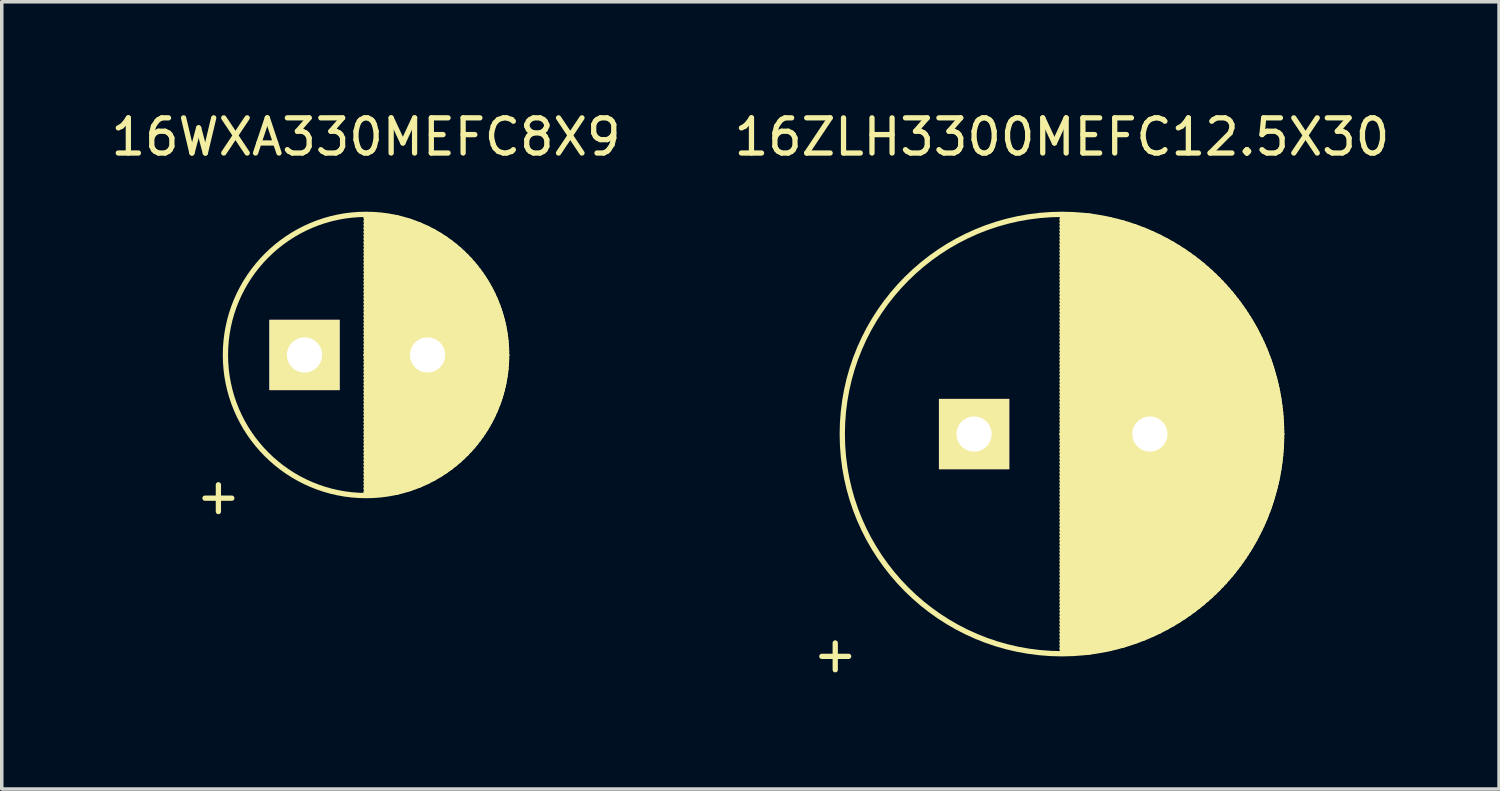
<source format=kicad_pcb>
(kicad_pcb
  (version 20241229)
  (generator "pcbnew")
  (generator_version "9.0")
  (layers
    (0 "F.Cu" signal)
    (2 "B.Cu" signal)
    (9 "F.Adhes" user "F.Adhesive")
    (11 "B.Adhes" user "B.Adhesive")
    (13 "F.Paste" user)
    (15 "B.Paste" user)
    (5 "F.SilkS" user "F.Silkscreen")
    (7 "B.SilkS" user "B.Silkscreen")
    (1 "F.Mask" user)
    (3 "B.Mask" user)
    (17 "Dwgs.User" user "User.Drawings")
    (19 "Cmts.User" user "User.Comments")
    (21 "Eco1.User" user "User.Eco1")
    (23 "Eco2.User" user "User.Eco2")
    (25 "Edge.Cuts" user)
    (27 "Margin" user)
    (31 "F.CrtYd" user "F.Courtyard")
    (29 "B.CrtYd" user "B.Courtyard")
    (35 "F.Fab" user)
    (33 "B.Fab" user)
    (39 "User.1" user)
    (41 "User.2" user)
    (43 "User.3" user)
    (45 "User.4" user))
  (footprint "16ZLH3300MEFC12.5X30"
    (layer "F.Cu")
    (at 24.661 9.298)
    (property "Reference" "16ZLH3300MEFC12.5X30" (at 2.5 -8.45 0) (layer "F.SilkS") (effects (font (size 1 1) (thickness 0.15))))
    (attr through_hole)
    (fp_line (start 2.5 -6.2) (end 3.289 -6.2) (stroke (width 0.15) (type solid)) (layer "F.SilkS"))
    (fp_line (start 2.5 -6.1) (end 3.861 -6.1) (stroke (width 0.15) (type solid)) (layer "F.SilkS"))
    (fp_line (start 2.5 -6) (end 4.25 -6) (stroke (width 0.15) (type solid)) (layer "F.SilkS"))
    (fp_line (start 2.5 -5.9) (end 4.562 -5.9) (stroke (width 0.15) (type solid)) (layer "F.SilkS"))
    (fp_line (start 2.5 -5.8) (end 4.829 -5.8) (stroke (width 0.15) (type solid)) (layer "F.SilkS"))
    (fp_line (start 2.5 -5.7) (end 5.064 -5.7) (stroke (width 0.15) (type solid)) (layer "F.SilkS"))
    (fp_line (start 2.5 -5.6) (end 5.275 -5.6) (stroke (width 0.15) (type solid)) (layer "F.SilkS"))
    (fp_line (start 2.5 -5.5) (end 5.469 -5.5) (stroke (width 0.15) (type solid)) (layer "F.SilkS"))
    (fp_line (start 2.5 -5.4) (end 5.647 -5.4) (stroke (width 0.15) (type solid)) (layer "F.SilkS"))
    (fp_line (start 2.5 -5.3) (end 5.812 -5.3) (stroke (width 0.15) (type solid)) (layer "F.SilkS"))
    (fp_line (start 2.5 -5.2) (end 5.967 -5.2) (stroke (width 0.15) (type solid)) (layer "F.SilkS"))
    (fp_line (start 2.5 -5.1) (end 6.113 -5.1) (stroke (width 0.15) (type solid)) (layer "F.SilkS"))
    (fp_line (start 2.5 -5) (end 6.25 -5) (stroke (width 0.15) (type solid)) (layer "F.SilkS"))
    (fp_line (start 2.5 -4.9) (end 6.38 -4.9) (stroke (width 0.15) (type solid)) (layer "F.SilkS"))
    (fp_line (start 2.5 -4.8) (end 6.503 -4.8) (stroke (width 0.15) (type solid)) (layer "F.SilkS"))
    (fp_line (start 2.5 -4.7) (end 6.62 -4.7) (stroke (width 0.15) (type solid)) (layer "F.SilkS"))
    (fp_line (start 2.5 -4.6) (end 6.731 -4.6) (stroke (width 0.15) (type solid)) (layer "F.SilkS"))
    (fp_line (start 2.5 -4.5) (end 6.837 -4.5) (stroke (width 0.15) (type solid)) (layer "F.SilkS"))
    (fp_line (start 2.5 -4.4) (end 6.939 -4.4) (stroke (width 0.15) (type solid)) (layer "F.SilkS"))
    (fp_line (start 2.5 -4.3) (end 7.036 -4.3) (stroke (width 0.15) (type solid)) (layer "F.SilkS"))
    (fp_line (start 2.5 -4.2) (end 7.128 -4.2) (stroke (width 0.15) (type solid)) (layer "F.SilkS"))
    (fp_line (start 2.5 -4.1) (end 7.217 -4.1) (stroke (width 0.15) (type solid)) (layer "F.SilkS"))
    (fp_line (start 2.5 -4) (end 7.302 -4) (stroke (width 0.15) (type solid)) (layer "F.SilkS"))
    (fp_line (start 2.5 -3.9) (end 7.384 -3.9) (stroke (width 0.15) (type solid)) (layer "F.SilkS"))
    (fp_line (start 2.5 -3.8) (end 7.462 -3.8) (stroke (width 0.15) (type solid)) (layer "F.SilkS"))
    (fp_line (start 2.5 -3.7) (end 7.537 -3.7) (stroke (width 0.15) (type solid)) (layer "F.SilkS"))
    (fp_line (start 2.5 -3.6) (end 7.609 -3.6) (stroke (width 0.15) (type solid)) (layer "F.SilkS"))
    (fp_line (start 2.5 -3.5) (end 7.678 -3.5) (stroke (width 0.15) (type solid)) (layer "F.SilkS"))
    (fp_line (start 2.5 -3.4) (end 7.744 -3.4) (stroke (width 0.15) (type solid)) (layer "F.SilkS"))
    (fp_line (start 2.5 -3.3) (end 7.808 -3.3) (stroke (width 0.15) (type solid)) (layer "F.SilkS"))
    (fp_line (start 2.5 -3.2) (end 7.869 -3.2) (stroke (width 0.15) (type solid)) (layer "F.SilkS"))
    (fp_line (start 2.5 -3.1) (end 7.927 -3.1) (stroke (width 0.15) (type solid)) (layer "F.SilkS"))
    (fp_line (start 2.5 -3) (end 7.983 -3) (stroke (width 0.15) (type solid)) (layer "F.SilkS"))
    (fp_line (start 2.5 -2.9) (end 8.036 -2.9) (stroke (width 0.15) (type solid)) (layer "F.SilkS"))
    (fp_line (start 2.5 -2.8) (end 8.088 -2.8) (stroke (width 0.15) (type solid)) (layer "F.SilkS"))
    (fp_line (start 2.5 -2.7) (end 8.137 -2.7) (stroke (width 0.15) (type solid)) (layer "F.SilkS"))
    (fp_line (start 2.5 -2.6) (end 8.184 -2.6) (stroke (width 0.15) (type solid)) (layer "F.SilkS"))
    (fp_line (start 2.5 -2.5) (end 8.228 -2.5) (stroke (width 0.15) (type solid)) (layer "F.SilkS"))
    (fp_line (start 2.5 -2.4) (end 8.271 -2.4) (stroke (width 0.15) (type solid)) (layer "F.SilkS"))
    (fp_line (start 2.5 -2.3) (end 8.311 -2.3) (stroke (width 0.15) (type solid)) (layer "F.SilkS"))
    (fp_line (start 2.5 -2.2) (end 8.35 -2.2) (stroke (width 0.15) (type solid)) (layer "F.SilkS"))
    (fp_line (start 2.5 -2.1) (end 8.387 -2.1) (stroke (width 0.15) (type solid)) (layer "F.SilkS"))
    (fp_line (start 2.5 -2) (end 8.421 -2) (stroke (width 0.15) (type solid)) (layer "F.SilkS"))
    (fp_line (start 2.5 -1.9) (end 8.454 -1.9) (stroke (width 0.15) (type solid)) (layer "F.SilkS"))
    (fp_line (start 2.5 -1.8) (end 8.485 -1.8) (stroke (width 0.15) (type solid)) (layer "F.SilkS"))
    (fp_line (start 2.5 -1.7) (end 8.514 -1.7) (stroke (width 0.15) (type solid)) (layer "F.SilkS"))
    (fp_line (start 2.5 -1.6) (end 8.542 -1.6) (stroke (width 0.15) (type solid)) (layer "F.SilkS"))
    (fp_line (start 2.5 -1.5) (end 8.567 -1.5) (stroke (width 0.15) (type solid)) (layer "F.SilkS"))
    (fp_line (start 2.5 -1.4) (end 8.591 -1.4) (stroke (width 0.15) (type solid)) (layer "F.SilkS"))
    (fp_line (start 2.5 -1.3) (end 8.613 -1.3) (stroke (width 0.15) (type solid)) (layer "F.SilkS"))
    (fp_line (start 2.5 -1.2) (end 8.634 -1.2) (stroke (width 0.15) (type solid)) (layer "F.SilkS"))
    (fp_line (start 2.5 -1.1) (end 8.652 -1.1) (stroke (width 0.15) (type solid)) (layer "F.SilkS"))
    (fp_line (start 2.5 -1) (end 8.669 -1) (stroke (width 0.15) (type solid)) (layer "F.SilkS"))
    (fp_line (start 2.5 -0.9) (end 8.685 -0.9) (stroke (width 0.15) (type solid)) (layer "F.SilkS"))
    (fp_line (start 2.5 -0.8) (end 8.699 -0.8) (stroke (width 0.15) (type solid)) (layer "F.SilkS"))
    (fp_line (start 2.5 -0.7) (end 8.711 -0.7) (stroke (width 0.15) (type solid)) (layer "F.SilkS"))
    (fp_line (start 2.5 -0.6) (end 8.721 -0.6) (stroke (width 0.15) (type solid)) (layer "F.SilkS"))
    (fp_line (start 2.5 -0.5) (end 8.73 -0.5) (stroke (width 0.15) (type solid)) (layer "F.SilkS"))
    (fp_line (start 2.5 -0.4) (end 8.737 -0.4) (stroke (width 0.15) (type solid)) (layer "F.SilkS"))
    (fp_line (start 2.5 -0.3) (end 8.743 -0.3) (stroke (width 0.15) (type solid)) (layer "F.SilkS"))
    (fp_line (start 2.5 -0.2) (end 8.747 -0.2) (stroke (width 0.15) (type solid)) (layer "F.SilkS"))
    (fp_line (start 2.5 -0.1) (end 8.749 -0.1) (stroke (width 0.15) (type solid)) (layer "F.SilkS"))
    (fp_line (start 2.5 0) (end 8.75 0) (stroke (width 0.15) (type solid)) (layer "F.SilkS"))
    (fp_line (start 2.5 0) (end 8.75 0) (stroke (width 0.15) (type solid)) (layer "F.SilkS"))
    (fp_line (start 2.5 0.1) (end 8.749 0.1) (stroke (width 0.15) (type solid)) (layer "F.SilkS"))
    (fp_line (start 2.5 0.2) (end 8.747 0.2) (stroke (width 0.15) (type solid)) (layer "F.SilkS"))
    (fp_line (start 2.5 0.3) (end 8.743 0.3) (stroke (width 0.15) (type solid)) (layer "F.SilkS"))
    (fp_line (start 2.5 0.4) (end 8.737 0.4) (stroke (width 0.15) (type solid)) (layer "F.SilkS"))
    (fp_line (start 2.5 0.5) (end 8.73 0.5) (stroke (width 0.15) (type solid)) (layer "F.SilkS"))
    (fp_line (start 2.5 0.6) (end 8.721 0.6) (stroke (width 0.15) (type solid)) (layer "F.SilkS"))
    (fp_line (start 2.5 0.7) (end 8.711 0.7) (stroke (width 0.15) (type solid)) (layer "F.SilkS"))
    (fp_line (start 2.5 0.8) (end 8.699 0.8) (stroke (width 0.15) (type solid)) (layer "F.SilkS"))
    (fp_line (start 2.5 0.9) (end 8.685 0.9) (stroke (width 0.15) (type solid)) (layer "F.SilkS"))
    (fp_line (start 2.5 1) (end 8.669 1) (stroke (width 0.15) (type solid)) (layer "F.SilkS"))
    (fp_line (start 2.5 1.1) (end 8.652 1.1) (stroke (width 0.15) (type solid)) (layer "F.SilkS"))
    (fp_line (start 2.5 1.2) (end 8.634 1.2) (stroke (width 0.15) (type solid)) (layer "F.SilkS"))
    (fp_line (start 2.5 1.3) (end 8.613 1.3) (stroke (width 0.15) (type solid)) (layer "F.SilkS"))
    (fp_line (start 2.5 1.4) (end 8.591 1.4) (stroke (width 0.15) (type solid)) (layer "F.SilkS"))
    (fp_line (start 2.5 1.5) (end 8.567 1.5) (stroke (width 0.15) (type solid)) (layer "F.SilkS"))
    (fp_line (start 2.5 1.6) (end 8.542 1.6) (stroke (width 0.15) (type solid)) (layer "F.SilkS"))
    (fp_line (start 2.5 1.7) (end 8.514 1.7) (stroke (width 0.15) (type solid)) (layer "F.SilkS"))
    (fp_line (start 2.5 1.8) (end 8.485 1.8) (stroke (width 0.15) (type solid)) (layer "F.SilkS"))
    (fp_line (start 2.5 1.9) (end 8.454 1.9) (stroke (width 0.15) (type solid)) (layer "F.SilkS"))
    (fp_line (start 2.5 2) (end 8.421 2) (stroke (width 0.15) (type solid)) (layer "F.SilkS"))
    (fp_line (start 2.5 2.1) (end 8.387 2.1) (stroke (width 0.15) (type solid)) (layer "F.SilkS"))
    (fp_line (start 2.5 2.2) (end 8.35 2.2) (stroke (width 0.15) (type solid)) (layer "F.SilkS"))
    (fp_line (start 2.5 2.3) (end 8.311 2.3) (stroke (width 0.15) (type solid)) (layer "F.SilkS"))
    (fp_line (start 2.5 2.4) (end 8.271 2.4) (stroke (width 0.15) (type solid)) (layer "F.SilkS"))
    (fp_line (start 2.5 2.5) (end 8.228 2.5) (stroke (width 0.15) (type solid)) (layer "F.SilkS"))
    (fp_line (start 2.5 2.6) (end 8.184 2.6) (stroke (width 0.15) (type solid)) (layer "F.SilkS"))
    (fp_line (start 2.5 2.7) (end 8.137 2.7) (stroke (width 0.15) (type solid)) (layer "F.SilkS"))
    (fp_line (start 2.5 2.8) (end 8.088 2.8) (stroke (width 0.15) (type solid)) (layer "F.SilkS"))
    (fp_line (start 2.5 2.9) (end 8.036 2.9) (stroke (width 0.15) (type solid)) (layer "F.SilkS"))
    (fp_line (start 2.5 3) (end 7.983 3) (stroke (width 0.15) (type solid)) (layer "F.SilkS"))
    (fp_line (start 2.5 3.1) (end 7.927 3.1) (stroke (width 0.15) (type solid)) (layer "F.SilkS"))
    (fp_line (start 2.5 3.2) (end 7.869 3.2) (stroke (width 0.15) (type solid)) (layer "F.SilkS"))
    (fp_line (start 2.5 3.3) (end 7.808 3.3) (stroke (width 0.15) (type solid)) (layer "F.SilkS"))
    (fp_line (start 2.5 3.4) (end 7.744 3.4) (stroke (width 0.15) (type solid)) (layer "F.SilkS"))
    (fp_line (start 2.5 3.5) (end 7.678 3.5) (stroke (width 0.15) (type solid)) (layer "F.SilkS"))
    (fp_line (start 2.5 3.6) (end 7.609 3.6) (stroke (width 0.15) (type solid)) (layer "F.SilkS"))
    (fp_line (start 2.5 3.7) (end 7.537 3.7) (stroke (width 0.15) (type solid)) (layer "F.SilkS"))
    (fp_line (start 2.5 3.8) (end 7.462 3.8) (stroke (width 0.15) (type solid)) (layer "F.SilkS"))
    (fp_line (start 2.5 3.9) (end 7.384 3.9) (stroke (width 0.15) (type solid)) (layer "F.SilkS"))
    (fp_line (start 2.5 4) (end 7.302 4) (stroke (width 0.15) (type solid)) (layer "F.SilkS"))
    (fp_line (start 2.5 4.1) (end 7.217 4.1) (stroke (width 0.15) (type solid)) (layer "F.SilkS"))
    (fp_line (start 2.5 4.2) (end 7.128 4.2) (stroke (width 0.15) (type solid)) (layer "F.SilkS"))
    (fp_line (start 2.5 4.3) (end 7.036 4.3) (stroke (width 0.15) (type solid)) (layer "F.SilkS"))
    (fp_line (start 2.5 4.4) (end 6.939 4.4) (stroke (width 0.15) (type solid)) (layer "F.SilkS"))
    (fp_line (start 2.5 4.5) (end 6.837 4.5) (stroke (width 0.15) (type solid)) (layer "F.SilkS"))
    (fp_line (start 2.5 4.6) (end 6.731 4.6) (stroke (width 0.15) (type solid)) (layer "F.SilkS"))
    (fp_line (start 2.5 4.7) (end 6.62 4.7) (stroke (width 0.15) (type solid)) (layer "F.SilkS"))
    (fp_line (start 2.5 4.8) (end 6.503 4.8) (stroke (width 0.15) (type solid)) (layer "F.SilkS"))
    (fp_line (start 2.5 4.9) (end 6.38 4.9) (stroke (width 0.15) (type solid)) (layer "F.SilkS"))
    (fp_line (start 2.5 5) (end 6.25 5) (stroke (width 0.15) (type solid)) (layer "F.SilkS"))
    (fp_line (start 2.5 5.1) (end 6.113 5.1) (stroke (width 0.15) (type solid)) (layer "F.SilkS"))
    (fp_line (start 2.5 5.2) (end 5.967 5.2) (stroke (width 0.15) (type solid)) (layer "F.SilkS"))
    (fp_line (start 2.5 5.3) (end 5.812 5.3) (stroke (width 0.15) (type solid)) (layer "F.SilkS"))
    (fp_line (start 2.5 5.4) (end 5.647 5.4) (stroke (width 0.15) (type solid)) (layer "F.SilkS"))
    (fp_line (start 2.5 5.5) (end 5.469 5.5) (stroke (width 0.15) (type solid)) (layer "F.SilkS"))
    (fp_line (start 2.5 5.6) (end 5.275 5.6) (stroke (width 0.15) (type solid)) (layer "F.SilkS"))
    (fp_line (start 2.5 5.7) (end 5.064 5.7) (stroke (width 0.15) (type solid)) (layer "F.SilkS"))
    (fp_line (start 2.5 5.8) (end 4.829 5.8) (stroke (width 0.15) (type solid)) (layer "F.SilkS"))
    (fp_line (start 2.5 5.9) (end 4.562 5.9) (stroke (width 0.15) (type solid)) (layer "F.SilkS"))
    (fp_line (start 2.5 6) (end 4.25 6) (stroke (width 0.15) (type solid)) (layer "F.SilkS"))
    (fp_line (start 2.5 6.1) (end 3.861 6.1) (stroke (width 0.15) (type solid)) (layer "F.SilkS"))
    (fp_line (start 2.5 6.2) (end 3.289 6.2) (stroke (width 0.15) (type solid)) (layer "F.SilkS"))
    (fp_circle (center 2.5 0) (end 2.5 -6.25) (stroke (width 0.15) (type solid)) (fill no) (layer "F.SilkS"))
    (fp_text user "+" (at -3.95 6.25 0) (layer "F.SilkS") (effects (font (size 1 1) (thickness 0.15))))
    (pad "1" thru_hole rect (at 0 0) (size 2 2) (drill 1) (layers "*.Cu" "*.Mask" "F.SilkS"))
    (pad "2" thru_hole circle (at 5 0) (size 2 2) (drill 1) (layers "*.Cu" "*.Mask" "F.SilkS")))
  (footprint "16WXA330MEFC8X9"
    (layer "F.Cu")
    (at 5.613 7.048)
    (property "Reference" "16WXA330MEFC8X9" (at 1.75 -6.2 0) (layer "F.SilkS") (effects (font (size 1 1) (thickness 0.15))))
    (attr through_hole)
    (fp_line (start 1.75 -3.9) (end 2.639 -3.9) (stroke (width 0.15) (type solid)) (layer "F.SilkS"))
    (fp_line (start 1.75 -3.8) (end 2.999 -3.8) (stroke (width 0.15) (type solid)) (layer "F.SilkS"))
    (fp_line (start 1.75 -3.7) (end 3.27 -3.7) (stroke (width 0.15) (type solid)) (layer "F.SilkS"))
    (fp_line (start 1.75 -3.6) (end 3.494 -3.6) (stroke (width 0.15) (type solid)) (layer "F.SilkS"))
    (fp_line (start 1.75 -3.5) (end 3.686 -3.5) (stroke (width 0.15) (type solid)) (layer "F.SilkS"))
    (fp_line (start 1.75 -3.4) (end 3.857 -3.4) (stroke (width 0.15) (type solid)) (layer "F.SilkS"))
    (fp_line (start 1.75 -3.3) (end 4.011 -3.3) (stroke (width 0.15) (type solid)) (layer "F.SilkS"))
    (fp_line (start 1.75 -3.2) (end 4.15 -3.2) (stroke (width 0.15) (type solid)) (layer "F.SilkS"))
    (fp_line (start 1.75 -3.1) (end 4.278 -3.1) (stroke (width 0.15) (type solid)) (layer "F.SilkS"))
    (fp_line (start 1.75 -3) (end 4.396 -3) (stroke (width 0.15) (type solid)) (layer "F.SilkS"))
    (fp_line (start 1.75 -2.9) (end 4.505 -2.9) (stroke (width 0.15) (type solid)) (layer "F.SilkS"))
    (fp_line (start 1.75 -2.8) (end 4.607 -2.8) (stroke (width 0.15) (type solid)) (layer "F.SilkS"))
    (fp_line (start 1.75 -2.7) (end 4.701 -2.7) (stroke (width 0.15) (type solid)) (layer "F.SilkS"))
    (fp_line (start 1.75 -2.6) (end 4.79 -2.6) (stroke (width 0.15) (type solid)) (layer "F.SilkS"))
    (fp_line (start 1.75 -2.5) (end 4.872 -2.5) (stroke (width 0.15) (type solid)) (layer "F.SilkS"))
    (fp_line (start 1.75 -2.4) (end 4.95 -2.4) (stroke (width 0.15) (type solid)) (layer "F.SilkS"))
    (fp_line (start 1.75 -2.3) (end 5.023 -2.3) (stroke (width 0.15) (type solid)) (layer "F.SilkS"))
    (fp_line (start 1.75 -2.2) (end 5.091 -2.2) (stroke (width 0.15) (type solid)) (layer "F.SilkS"))
    (fp_line (start 1.75 -2.1) (end 5.154 -2.1) (stroke (width 0.15) (type solid)) (layer "F.SilkS"))
    (fp_line (start 1.75 -2) (end 5.214 -2) (stroke (width 0.15) (type solid)) (layer "F.SilkS"))
    (fp_line (start 1.75 -1.9) (end 5.27 -1.9) (stroke (width 0.15) (type solid)) (layer "F.SilkS"))
    (fp_line (start 1.75 -1.8) (end 5.322 -1.8) (stroke (width 0.15) (type solid)) (layer "F.SilkS"))
    (fp_line (start 1.75 -1.7) (end 5.371 -1.7) (stroke (width 0.15) (type solid)) (layer "F.SilkS"))
    (fp_line (start 1.75 -1.6) (end 5.416 -1.6) (stroke (width 0.15) (type solid)) (layer "F.SilkS"))
    (fp_line (start 1.75 -1.5) (end 5.458 -1.5) (stroke (width 0.15) (type solid)) (layer "F.SilkS"))
    (fp_line (start 1.75 -1.4) (end 5.497 -1.4) (stroke (width 0.15) (type solid)) (layer "F.SilkS"))
    (fp_line (start 1.75 -1.3) (end 5.533 -1.3) (stroke (width 0.15) (type solid)) (layer "F.SilkS"))
    (fp_line (start 1.75 -1.2) (end 5.566 -1.2) (stroke (width 0.15) (type solid)) (layer "F.SilkS"))
    (fp_line (start 1.75 -1.1) (end 5.596 -1.1) (stroke (width 0.15) (type solid)) (layer "F.SilkS"))
    (fp_line (start 1.75 -1) (end 5.623 -1) (stroke (width 0.15) (type solid)) (layer "F.SilkS"))
    (fp_line (start 1.75 -0.9) (end 5.647 -0.9) (stroke (width 0.15) (type solid)) (layer "F.SilkS"))
    (fp_line (start 1.75 -0.8) (end 5.669 -0.8) (stroke (width 0.15) (type solid)) (layer "F.SilkS"))
    (fp_line (start 1.75 -0.7) (end 5.688 -0.7) (stroke (width 0.15) (type solid)) (layer "F.SilkS"))
    (fp_line (start 1.75 -0.6) (end 5.705 -0.6) (stroke (width 0.15) (type solid)) (layer "F.SilkS"))
    (fp_line (start 1.75 -0.5) (end 5.719 -0.5) (stroke (width 0.15) (type solid)) (layer "F.SilkS"))
    (fp_line (start 1.75 -0.4) (end 5.73 -0.4) (stroke (width 0.15) (type solid)) (layer "F.SilkS"))
    (fp_line (start 1.75 -0.3) (end 5.739 -0.3) (stroke (width 0.15) (type solid)) (layer "F.SilkS"))
    (fp_line (start 1.75 -0.2) (end 5.745 -0.2) (stroke (width 0.15) (type solid)) (layer "F.SilkS"))
    (fp_line (start 1.75 -0.1) (end 5.749 -0.1) (stroke (width 0.15) (type solid)) (layer "F.SilkS"))
    (fp_line (start 1.75 0) (end 5.75 0) (stroke (width 0.15) (type solid)) (layer "F.SilkS"))
    (fp_line (start 1.75 0) (end 5.75 0) (stroke (width 0.15) (type solid)) (layer "F.SilkS"))
    (fp_line (start 1.75 0.1) (end 5.749 0.1) (stroke (width 0.15) (type solid)) (layer "F.SilkS"))
    (fp_line (start 1.75 0.2) (end 5.745 0.2) (stroke (width 0.15) (type solid)) (layer "F.SilkS"))
    (fp_line (start 1.75 0.3) (end 5.739 0.3) (stroke (width 0.15) (type solid)) (layer "F.SilkS"))
    (fp_line (start 1.75 0.4) (end 5.73 0.4) (stroke (width 0.15) (type solid)) (layer "F.SilkS"))
    (fp_line (start 1.75 0.5) (end 5.719 0.5) (stroke (width 0.15) (type solid)) (layer "F.SilkS"))
    (fp_line (start 1.75 0.6) (end 5.705 0.6) (stroke (width 0.15) (type solid)) (layer "F.SilkS"))
    (fp_line (start 1.75 0.7) (end 5.688 0.7) (stroke (width 0.15) (type solid)) (layer "F.SilkS"))
    (fp_line (start 1.75 0.8) (end 5.669 0.8) (stroke (width 0.15) (type solid)) (layer "F.SilkS"))
    (fp_line (start 1.75 0.9) (end 5.647 0.9) (stroke (width 0.15) (type solid)) (layer "F.SilkS"))
    (fp_line (start 1.75 1) (end 5.623 1) (stroke (width 0.15) (type solid)) (layer "F.SilkS"))
    (fp_line (start 1.75 1.1) (end 5.596 1.1) (stroke (width 0.15) (type solid)) (layer "F.SilkS"))
    (fp_line (start 1.75 1.2) (end 5.566 1.2) (stroke (width 0.15) (type solid)) (layer "F.SilkS"))
    (fp_line (start 1.75 1.3) (end 5.533 1.3) (stroke (width 0.15) (type solid)) (layer "F.SilkS"))
    (fp_line (start 1.75 1.4) (end 5.497 1.4) (stroke (width 0.15) (type solid)) (layer "F.SilkS"))
    (fp_line (start 1.75 1.5) (end 5.458 1.5) (stroke (width 0.15) (type solid)) (layer "F.SilkS"))
    (fp_line (start 1.75 1.6) (end 5.416 1.6) (stroke (width 0.15) (type solid)) (layer "F.SilkS"))
    (fp_line (start 1.75 1.7) (end 5.371 1.7) (stroke (width 0.15) (type solid)) (layer "F.SilkS"))
    (fp_line (start 1.75 1.8) (end 5.322 1.8) (stroke (width 0.15) (type solid)) (layer "F.SilkS"))
    (fp_line (start 1.75 1.9) (end 5.27 1.9) (stroke (width 0.15) (type solid)) (layer "F.SilkS"))
    (fp_line (start 1.75 2) (end 5.214 2) (stroke (width 0.15) (type solid)) (layer "F.SilkS"))
    (fp_line (start 1.75 2.1) (end 5.154 2.1) (stroke (width 0.15) (type solid)) (layer "F.SilkS"))
    (fp_line (start 1.75 2.2) (end 5.091 2.2) (stroke (width 0.15) (type solid)) (layer "F.SilkS"))
    (fp_line (start 1.75 2.3) (end 5.023 2.3) (stroke (width 0.15) (type solid)) (layer "F.SilkS"))
    (fp_line (start 1.75 2.4) (end 4.95 2.4) (stroke (width 0.15) (type solid)) (layer "F.SilkS"))
    (fp_line (start 1.75 2.5) (end 4.872 2.5) (stroke (width 0.15) (type solid)) (layer "F.SilkS"))
    (fp_line (start 1.75 2.6) (end 4.79 2.6) (stroke (width 0.15) (type solid)) (layer "F.SilkS"))
    (fp_line (start 1.75 2.7) (end 4.701 2.7) (stroke (width 0.15) (type solid)) (layer "F.SilkS"))
    (fp_line (start 1.75 2.8) (end 4.607 2.8) (stroke (width 0.15) (type solid)) (layer "F.SilkS"))
    (fp_line (start 1.75 2.9) (end 4.505 2.9) (stroke (width 0.15) (type solid)) (layer "F.SilkS"))
    (fp_line (start 1.75 3) (end 4.396 3) (stroke (width 0.15) (type solid)) (layer "F.SilkS"))
    (fp_line (start 1.75 3.1) (end 4.278 3.1) (stroke (width 0.15) (type solid)) (layer "F.SilkS"))
    (fp_line (start 1.75 3.2) (end 4.15 3.2) (stroke (width 0.15) (type solid)) (layer "F.SilkS"))
    (fp_line (start 1.75 3.3) (end 4.011 3.3) (stroke (width 0.15) (type solid)) (layer "F.SilkS"))
    (fp_line (start 1.75 3.4) (end 3.857 3.4) (stroke (width 0.15) (type solid)) (layer "F.SilkS"))
    (fp_line (start 1.75 3.5) (end 3.686 3.5) (stroke (width 0.15) (type solid)) (layer "F.SilkS"))
    (fp_line (start 1.75 3.6) (end 3.494 3.6) (stroke (width 0.15) (type solid)) (layer "F.SilkS"))
    (fp_line (start 1.75 3.7) (end 3.27 3.7) (stroke (width 0.15) (type solid)) (layer "F.SilkS"))
    (fp_line (start 1.75 3.8) (end 2.999 3.8) (stroke (width 0.15) (type solid)) (layer "F.SilkS"))
    (fp_line (start 1.75 3.9) (end 2.639 3.9) (stroke (width 0.15) (type solid)) (layer "F.SilkS"))
    (fp_circle (center 1.75 0) (end 1.75 -4) (stroke (width 0.15) (type solid)) (fill no) (layer "F.SilkS"))
    (fp_text user "+" (at -2.45 4 0) (layer "F.SilkS") (effects (font (size 1 1) (thickness 0.15))))
    (pad "1" thru_hole rect (at 0 0) (size 2 2) (drill 1) (layers "*.Cu" "*.Mask" "F.SilkS"))
    (pad "2" thru_hole circle (at 3.5 0) (size 2 2) (drill 1) (layers "*.Cu" "*.Mask" "F.SilkS")))
  (gr_rect
    (start -3 -3)
    (end 39.595 19.396)
    (stroke (width 0.1) (type default))
    (fill no)
    (layer "Edge.Cuts")))
</source>
